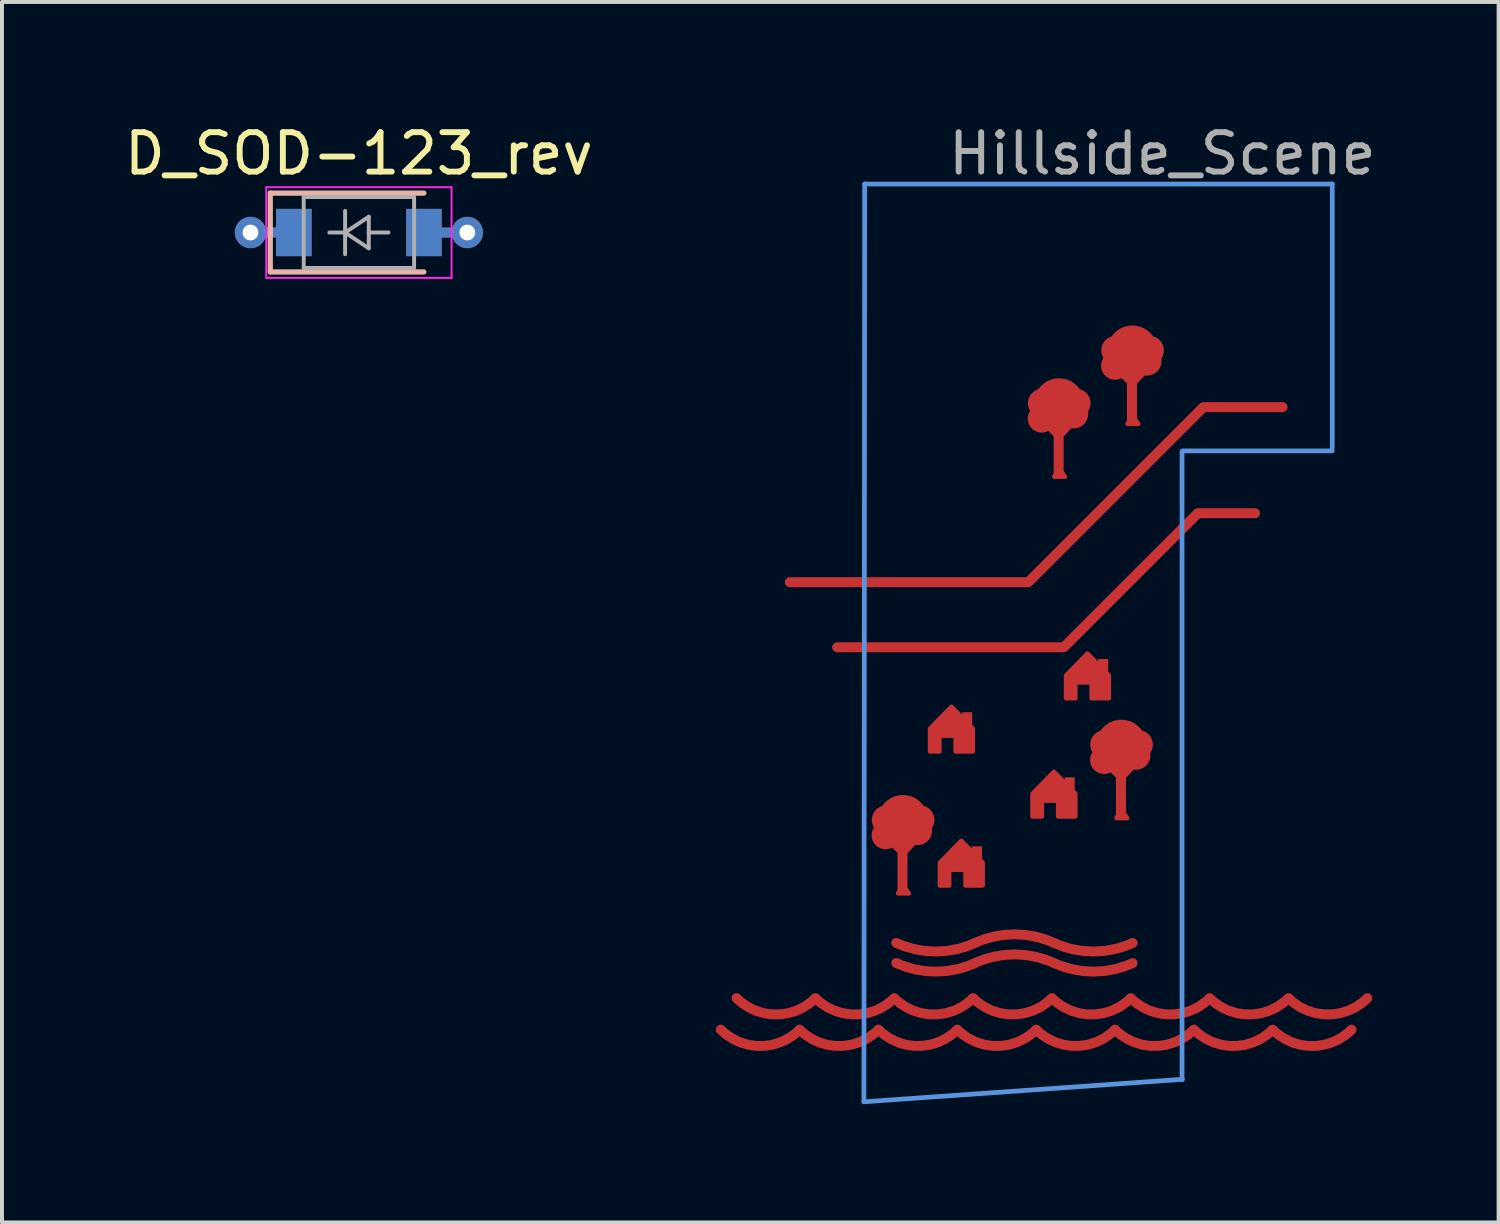
<source format=kicad_pcb>
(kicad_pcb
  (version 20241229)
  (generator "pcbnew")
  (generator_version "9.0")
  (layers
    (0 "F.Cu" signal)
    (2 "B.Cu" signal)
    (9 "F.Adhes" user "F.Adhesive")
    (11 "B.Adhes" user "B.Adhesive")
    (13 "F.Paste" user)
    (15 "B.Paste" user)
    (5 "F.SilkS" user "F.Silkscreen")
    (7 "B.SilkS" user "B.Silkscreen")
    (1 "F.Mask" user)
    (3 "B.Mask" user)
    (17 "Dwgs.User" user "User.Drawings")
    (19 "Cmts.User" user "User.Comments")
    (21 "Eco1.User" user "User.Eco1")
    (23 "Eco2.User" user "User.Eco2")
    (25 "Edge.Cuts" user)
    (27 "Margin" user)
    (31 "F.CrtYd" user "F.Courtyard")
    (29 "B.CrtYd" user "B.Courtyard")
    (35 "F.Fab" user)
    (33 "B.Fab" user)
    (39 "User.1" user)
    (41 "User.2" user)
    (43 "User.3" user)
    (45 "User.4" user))
  (footprint "Hillside_Scene"
    (layer "F.Cu")
    (at 23.184 14.968)
    (property "Reference" "Hillside_Scene" (at 3.25 -14.12 0) (layer "F.Fab") (effects (font (size 1 1) (thickness 0.15))))
    (attr through_hole)
    (fp_line (start -4.32 9.93) (end 3.76 9.36) (stroke (width 0.12) (type solid)) (layer "Cmts.User"))
    (fp_line (start -4.3 -13.35) (end -4.32 9.93) (stroke (width 0.12) (type solid)) (layer "Cmts.User"))
    (fp_line (start 3.75 9.37) (end 3.75 -6.57) (stroke (width 0.12) (type solid)) (layer "Cmts.User"))
    (fp_line (start 3.76 -6.58) (end 7.56 -6.58) (stroke (width 0.12) (type solid)) (layer "Cmts.User"))
    (fp_line (start 7.56 -13.35) (end -4.3 -13.35) (stroke (width 0.12) (type solid)) (layer "Cmts.User"))
    (fp_line (start 7.56 -6.65) (end 7.56 -13.35) (stroke (width 0.12) (type solid)) (layer "Cmts.User"))
    (pad "" smd custom (at -7.95 8.1) (size 0.254 0.254) (layers "F.Cu" "F.Mask" "F.Paste") (options (anchor circle)) (primitives (gr_arc (start 2 0) (mid 1.000001 0.414213) (end 0.000002 0) (width 0.254)) (gr_arc (start 9.999992 0) (mid 8.999993 0.414213) (end 7.999994 0) (width 0.254)) (gr_arc (start 5.999996 0) (mid 4.999997 0.414213) (end 3.999998 0) (width 0.254)) (gr_arc (start 3.999998 0) (mid 2.999999 0.414213) (end 2 0) (width 0.254)) (gr_arc (start 7.999994 0) (mid 6.999995 0.414213) (end 5.999996 0) (width 0.254)) (gr_arc (start 11.99999 0) (mid 10.999991 0.414213) (end 9.999992 0) (width 0.254)) (gr_arc (start 13.999988 0) (mid 12.999989 0.414213) (end 11.99999 0) (width 0.254)) (gr_arc (start 15.999986 0) (mid 14.999987 0.414213) (end 13.999988 0) (width 0.254))))
    (pad "" smd custom (at -7.55 7.3) (size 0.254 0.254) (layers "F.Cu" "F.Mask" "F.Paste") (options (anchor circle)) (primitives (gr_arc (start 2 0) (mid 1.000001 0.414213) (end 0.000002 0) (width 0.254)) (gr_arc (start 13.999988 0) (mid 12.999989 0.414213) (end 11.99999 0) (width 0.254)) (gr_arc (start 9.999992 0) (mid 8.999993 0.414213) (end 7.999994 0) (width 0.254)) (gr_arc (start 5.999996 0) (mid 4.999997 0.414213) (end 3.999998 0) (width 0.254)) (gr_arc (start 3.999998 0) (mid 2.999999 0.414213) (end 2 0) (width 0.254)) (gr_arc (start 7.999994 0) (mid 6.999995 0.414213) (end 5.999996 0) (width 0.254)) (gr_arc (start 11.99999 0) (mid 10.999991 0.414213) (end 9.999992 0) (width 0.254)) (gr_arc (start 15.999986 0) (mid 14.999987 0.414213) (end 13.999988 0) (width 0.254))))
    (pad "" smd custom (at -3.5 5.9) (size 0.254 0.254) (layers "F.Cu" "F.Mask" "F.Paste") (options (anchor circle)) (primitives (gr_arc (start 1.996623 0.001532) (mid 0.998146 0.216609) (end 0 0) (width 0.254)) (gr_arc (start 5.996623 0.001532) (mid 4.998146 0.216609) (end 4 0) (width 0.254)) (gr_arc (start 2.003377 -0.001532) (mid 3.001854 -0.216609) (end 4 0) (width 0.254))))
    (pad "" smd custom (at -3.5 6.41) (size 0.254 0.254) (layers "F.Cu" "F.Mask" "F.Paste") (options (anchor circle)) (primitives (gr_arc (start 1.996623 0.001532) (mid 0.998146 0.216609) (end 0 0) (width 0.254)) (gr_arc (start 5.996623 0.001532) (mid 4.998146 0.216609) (end 4 0) (width 0.254)) (gr_arc (start 2.003377 -0.001532) (mid 3.001854 -0.216609) (end 4 0) (width 0.254))))
    (pad "" smd custom (at -3.34 3.91) (size 0.254 1.5) (layers "F.Cu" "F.Mask" "F.Paste") (options (anchor rect)) (primitives (gr_circle (center -0.41 -1.13) (end -0.189 -1.13) (width 0.3) (fill no)) (gr_circle (center 0.44 -1.13) (end 0.661 -1.13) (width 0.3) (fill no)) (gr_circle (center 0.38 -0.86) (end 0.601 -0.86) (width 0.3) (fill no)) (gr_poly (pts (xy 0.17 0.74) (xy -0.12 0.74) (xy 0 0.49)) (width 0.1) (fill yes)) (gr_poly (pts (xy 0.35 -0.6) (xy 0.01 -0.23) (xy -0.37 -0.6)) (width 0.1) (fill yes)) (gr_circle (center -0.43 -0.74) (end -0.224 -0.74) (width 0.3) (fill no)) (gr_circle (center 0.01 -1.122) (end 0.301 -1.122) (width 0.7) (fill no))))
    (pad "" smd custom (at -2.75 -3.25) (size 1.524 0.254) (layers "F.Cu" "F.Mask" "F.Paste") (options (anchor rect)) (primitives (gr_line (start 7.04 -4.44) (end 9.05 -4.44) (width 0.254)) (gr_line (start 2.6 0) (end 7.04 -4.44) (width 0.254)) (gr_line (start -3.45 0) (end -0.5 0) (width 0.254)) (gr_line (start 0.3 0) (end 2.6 0) (width 0.254))))
    (pad "" smd custom (at -2.2 -1.6) (size 1.524 0.254) (layers "F.Cu" "F.Mask" "F.Paste") (options (anchor rect)) (primitives (gr_line (start -2.8 0) (end -0.5 0) (width 0.254)) (gr_line (start 2.95 0) (end 6.35 -3.4) (width 0.254)) (gr_line (start 0.65 0) (end 2.95 0) (width 0.254)) (gr_line (start 6.35 -3.4) (end 7.8 -3.4) (width 0.254))))
    (pad "" smd custom (at -1.7 0.3) (size 0.254 0.5) (layers "F.Cu" "F.Mask" "F.Paste") (options (anchor rect)) (primitives (gr_poly (pts (xy 0.15 0.163) (xy 0.15 0.75) (xy -0.3 0.75) (xy -0.3 0.35) (xy -0.7 0.35) (xy -0.7 0.75) (xy -0.95 0.75) (xy -0.95 0.163) (xy -0.4 -0.4)) (width 0.1) (fill yes))))
    (pad "" smd custom (at -1.45 3.7) (size 0.254 0.5) (layers "F.Cu" "F.Mask" "F.Paste") (options (anchor rect)) (primitives (gr_poly (pts (xy 0.15 0.163) (xy 0.15 0.75) (xy -0.3 0.75) (xy -0.3 0.35) (xy -0.7 0.35) (xy -0.7 0.75) (xy -0.95 0.75) (xy -0.95 0.163) (xy -0.4 -0.4)) (width 0.1) (fill yes))))
    (pad "" smd custom (at 0.62 -6.66) (size 0.254 1.5) (layers "F.Cu" "F.Mask" "F.Paste") (options (anchor rect)) (primitives (gr_circle (center -0.41 -1.13) (end -0.189 -1.13) (width 0.3) (fill no)) (gr_circle (center 0.44 -1.13) (end 0.661 -1.13) (width 0.3) (fill no)) (gr_circle (center 0.38 -0.86) (end 0.601 -0.86) (width 0.3) (fill no)) (gr_poly (pts (xy 0.17 0.74) (xy -0.12 0.74) (xy 0 0.49)) (width 0.1) (fill yes)) (gr_poly (pts (xy 0.35 -0.6) (xy 0.01 -0.23) (xy -0.37 -0.6)) (width 0.1) (fill yes)) (gr_circle (center -0.43 -0.74) (end -0.224 -0.74) (width 0.3) (fill no)) (gr_circle (center 0.01 -1.122) (end 0.301 -1.122) (width 0.7) (fill no))))
    (pad "" smd custom (at 0.9 1.95) (size 0.254 0.5) (layers "F.Cu" "F.Mask" "F.Paste") (options (anchor rect)) (primitives (gr_poly (pts (xy 0.15 0.163) (xy 0.15 0.75) (xy -0.3 0.75) (xy -0.3 0.35) (xy -0.7 0.35) (xy -0.7 0.75) (xy -0.95 0.75) (xy -0.95 0.163) (xy -0.4 -0.4)) (width 0.1) (fill yes))))
    (pad "" smd custom (at 1.75 -1.05) (size 0.254 0.5) (layers "F.Cu" "F.Mask" "F.Paste") (options (anchor rect)) (primitives (gr_poly (pts (xy 0.15 0.163) (xy 0.15 0.75) (xy -0.3 0.75) (xy -0.3 0.35) (xy -0.7 0.35) (xy -0.7 0.75) (xy -0.95 0.75) (xy -0.95 0.163) (xy -0.4 -0.4)) (width 0.1) (fill yes))))
    (pad "" smd custom (at 2.2 2) (size 0.254 1.5) (layers "F.Cu" "F.Mask" "F.Paste") (options (anchor rect)) (primitives (gr_circle (center -0.41 -1.13) (end -0.189 -1.13) (width 0.3) (fill no)) (gr_circle (center 0.44 -1.13) (end 0.661 -1.13) (width 0.3) (fill no)) (gr_circle (center 0.38 -0.86) (end 0.601 -0.86) (width 0.3) (fill no)) (gr_poly (pts (xy 0.17 0.74) (xy -0.12 0.74) (xy 0 0.49)) (width 0.1) (fill yes)) (gr_poly (pts (xy 0.35 -0.6) (xy 0.01 -0.23) (xy -0.37 -0.6)) (width 0.1) (fill yes)) (gr_circle (center -0.43 -0.74) (end -0.224 -0.74) (width 0.3) (fill no)) (gr_circle (center 0.01 -1.122) (end 0.301 -1.122) (width 0.7) (fill no))))
    (pad "" smd custom (at 2.48 -8) (size 0.254 1.5) (layers "F.Cu" "F.Mask" "F.Paste") (options (anchor rect)) (primitives (gr_circle (center -0.41 -1.13) (end -0.189 -1.13) (width 0.3) (fill no)) (gr_circle (center 0.44 -1.13) (end 0.661 -1.13) (width 0.3) (fill no)) (gr_circle (center 0.38 -0.86) (end 0.601 -0.86) (width 0.3) (fill no)) (gr_poly (pts (xy 0.17 0.74) (xy -0.12 0.74) (xy 0 0.49)) (width 0.1) (fill yes)) (gr_poly (pts (xy 0.35 -0.6) (xy 0.01 -0.23) (xy -0.37 -0.6)) (width 0.1) (fill yes)) (gr_circle (center -0.43 -0.74) (end -0.224 -0.74) (width 0.3) (fill no)) (gr_circle (center 0.01 -1.122) (end 0.301 -1.122) (width 0.7) (fill no)))))
  (footprint "D_SOD-123_rev"
    (layer "F.Cu")
    (at 6.054 2.848)
    (property "Reference" "D_SOD-123_rev" (at 0 -2 0) (layer "F.SilkS") (effects (font (size 1 1) (thickness 0.15))))
    (attr smd)
    (fp_line (start -2.25 -1) (end -2.25 1) (stroke (width 0.12) (type solid)) (layer "F.SilkS"))
    (fp_line (start -2.25 -1) (end 1.65 -1) (stroke (width 0.12) (type solid)) (layer "F.SilkS"))
    (fp_line (start -2.25 1) (end 1.65 1) (stroke (width 0.12) (type solid)) (layer "F.SilkS"))
    (fp_line (start -2.25 -1) (end -2.25 1) (stroke (width 0.12) (type solid)) (layer "B.SilkS"))
    (fp_line (start -2.25 -1) (end 1.65 -1) (stroke (width 0.12) (type solid)) (layer "B.SilkS"))
    (fp_line (start -2.25 1) (end 1.65 1) (stroke (width 0.12) (type solid)) (layer "B.SilkS"))
    (fp_line (start -2.35 -1.15) (end -2.35 1.15) (stroke (width 0.05) (type solid)) (layer "F.CrtYd"))
    (fp_line (start -2.35 -1.15) (end 2.35 -1.15) (stroke (width 0.05) (type solid)) (layer "F.CrtYd"))
    (fp_line (start 2.35 -1.15) (end 2.35 1.15) (stroke (width 0.05) (type solid)) (layer "F.CrtYd"))
    (fp_line (start 2.35 1.15) (end -2.35 1.15) (stroke (width 0.05) (type solid)) (layer "F.CrtYd"))
    (fp_line (start -1.4 -0.9) (end 1.4 -0.9) (stroke (width 0.1) (type solid)) (layer "F.Fab"))
    (fp_line (start -1.4 0.9) (end -1.4 -0.9) (stroke (width 0.1) (type solid)) (layer "F.Fab"))
    (fp_line (start -0.75 0) (end -0.35 0) (stroke (width 0.1) (type solid)) (layer "F.Fab"))
    (fp_line (start -0.35 0) (end -0.35 -0.55) (stroke (width 0.1) (type solid)) (layer "F.Fab"))
    (fp_line (start -0.35 0) (end -0.35 0.55) (stroke (width 0.1) (type solid)) (layer "F.Fab"))
    (fp_line (start -0.35 0) (end 0.25 -0.4) (stroke (width 0.1) (type solid)) (layer "F.Fab"))
    (fp_line (start 0.25 -0.4) (end 0.25 0.4) (stroke (width 0.1) (type solid)) (layer "F.Fab"))
    (fp_line (start 0.25 0) (end 0.75 0) (stroke (width 0.1) (type solid)) (layer "F.Fab"))
    (fp_line (start 0.25 0.4) (end -0.35 0) (stroke (width 0.1) (type solid)) (layer "F.Fab"))
    (fp_line (start 1.4 -0.9) (end 1.4 0.9) (stroke (width 0.1) (type solid)) (layer "F.Fab"))
    (fp_line (start 1.4 0.9) (end -1.4 0.9) (stroke (width 0.1) (type solid)) (layer "F.Fab"))
    (pad "1" thru_hole custom (at -2.75 0) (size 0.8 0.8) (drill 0.4) (layers "*.Cu") (options (anchor circle)) (primitives (gr_line (start 1.1 0) (end 0 0) (width 0.254))))
    (pad "1" smd rect (at -1.65 0) (size 0.9 1.2) (layers "F.Cu" "F.Mask" "F.Paste"))
    (pad "1" smd rect (at -1.65 0) (size 0.9 1.2) (layers "B.Cu" "B.Mask" "B.Paste"))
    (pad "2" smd rect (at 1.65 0) (size 0.9 1.2) (layers "F.Cu" "F.Mask" "F.Paste"))
    (pad "2" smd rect (at 1.65 0) (size 0.9 1.2) (layers "B.Cu" "B.Mask" "B.Paste"))
    (pad "2" thru_hole custom (at 2.75 0 180) (size 0.8 0.8) (drill 0.4) (layers "*.Cu") (options (anchor circle)) (primitives (gr_line (start 1.1 0) (end 0 0) (width 0.254)))))
  (gr_rect
    (start -3 -3)
    (end 34.964 27.958)
    (stroke (width 0.1) (type default))
    (fill no)
    (layer "Edge.Cuts")))
</source>
